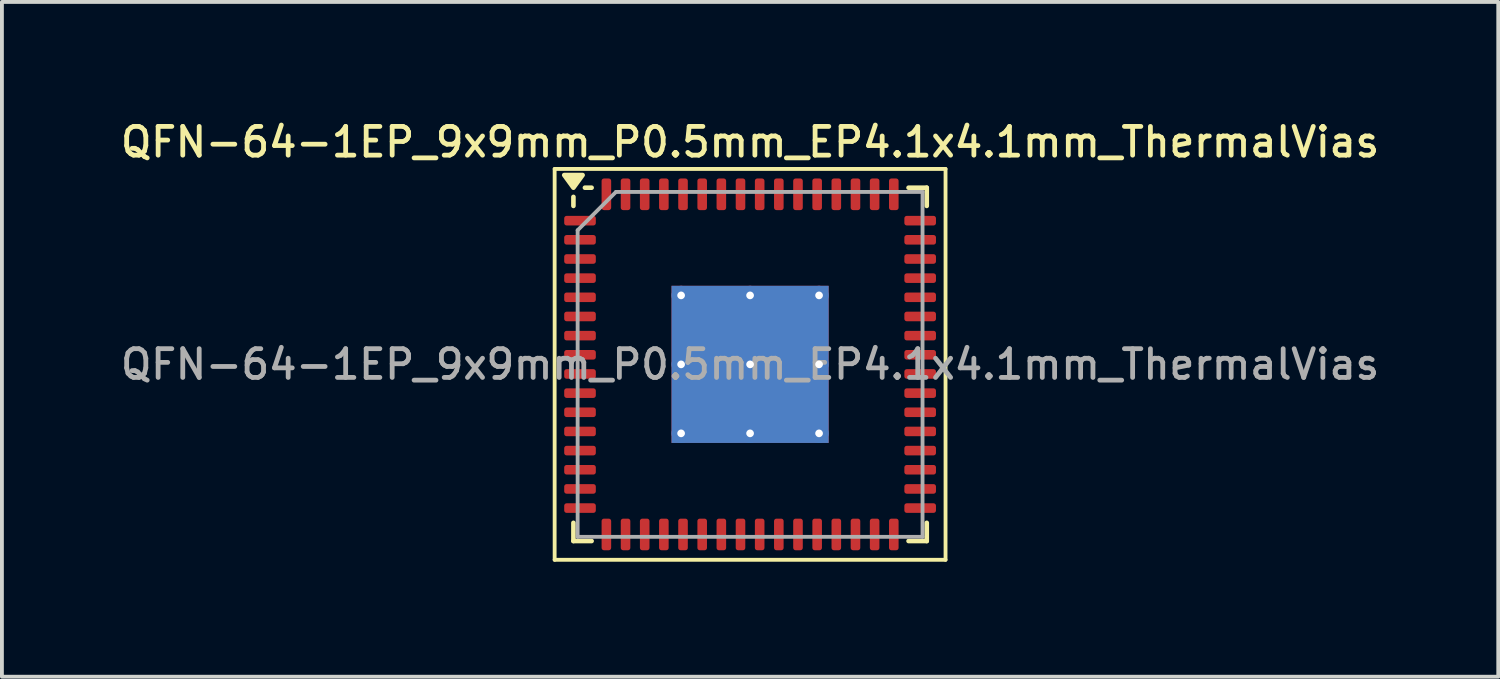
<source format=kicad_pcb>
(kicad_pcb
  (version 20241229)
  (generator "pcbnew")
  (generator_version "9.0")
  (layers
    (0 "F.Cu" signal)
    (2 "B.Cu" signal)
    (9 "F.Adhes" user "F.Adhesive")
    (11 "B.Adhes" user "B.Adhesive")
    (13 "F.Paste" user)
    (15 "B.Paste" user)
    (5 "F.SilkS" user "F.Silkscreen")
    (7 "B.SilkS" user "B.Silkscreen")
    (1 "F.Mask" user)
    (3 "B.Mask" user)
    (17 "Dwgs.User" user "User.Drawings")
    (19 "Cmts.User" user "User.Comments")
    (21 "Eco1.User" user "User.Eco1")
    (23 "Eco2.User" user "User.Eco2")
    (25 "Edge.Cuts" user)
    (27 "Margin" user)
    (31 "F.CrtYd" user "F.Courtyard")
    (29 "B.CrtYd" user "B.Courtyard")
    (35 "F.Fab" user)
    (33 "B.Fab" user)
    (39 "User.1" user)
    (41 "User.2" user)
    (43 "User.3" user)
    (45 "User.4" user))
  (footprint "QFN-64-1EP_9x9mm_P0.5mm_EP4.1x4.1mm_ThermalVias"
    (layer "F.Cu")
    (at 16.523 6.458)
    (property "Reference" "QFN-64-1EP_9x9mm_P0.5mm_EP4.1x4.1mm_ThermalVias" (at 0 -5.8 0) (layer "F.SilkS") (effects (font (size 0.75 0.75) (thickness 0.125))))
    (attr smd)
    (fp_line (start -5.1 -5.1) (end -5.1 5.1) (stroke (width 0.1) (type solid)) (layer "F.SilkS"))
    (fp_line (start -5.1 5.1) (end 5.1 5.1) (stroke (width 0.1) (type solid)) (layer "F.SilkS"))
    (fp_line (start -4.61 -4.135) (end -4.61 -4.37) (stroke (width 0.12) (type solid)) (layer "F.SilkS"))
    (fp_line (start -4.61 4.61) (end -4.61 4.135) (stroke (width 0.12) (type solid)) (layer "F.SilkS"))
    (fp_line (start -4.135 -4.61) (end -4.31 -4.61) (stroke (width 0.12) (type solid)) (layer "F.SilkS"))
    (fp_line (start -4.135 4.61) (end -4.61 4.61) (stroke (width 0.12) (type solid)) (layer "F.SilkS"))
    (fp_line (start 4.135 -4.61) (end 4.61 -4.61) (stroke (width 0.12) (type solid)) (layer "F.SilkS"))
    (fp_line (start 4.135 4.61) (end 4.61 4.61) (stroke (width 0.12) (type solid)) (layer "F.SilkS"))
    (fp_line (start 4.61 -4.61) (end 4.61 -4.135) (stroke (width 0.12) (type solid)) (layer "F.SilkS"))
    (fp_line (start 4.61 4.61) (end 4.61 4.135) (stroke (width 0.12) (type solid)) (layer "F.SilkS"))
    (fp_line (start 5.1 -5.1) (end -5.1 -5.1) (stroke (width 0.1) (type solid)) (layer "F.SilkS"))
    (fp_line (start 5.1 5.1) (end 5.1 -5.1) (stroke (width 0.1) (type solid)) (layer "F.SilkS"))
    (fp_poly (pts (xy -4.61 -4.61) (xy -4.85 -4.94) (xy -4.37 -4.94) (xy -4.61 -4.61)) (stroke (width 0.12) (type solid)) (fill yes) (layer "F.SilkS"))
    (fp_line (start -4.5 -3.5) (end -3.5 -4.5) (stroke (width 0.1) (type solid)) (layer "F.Fab"))
    (fp_line (start -4.5 4.5) (end -4.5 -3.5) (stroke (width 0.1) (type solid)) (layer "F.Fab"))
    (fp_line (start -3.5 -4.5) (end 4.5 -4.5) (stroke (width 0.1) (type solid)) (layer "F.Fab"))
    (fp_line (start 4.5 -4.5) (end 4.5 4.5) (stroke (width 0.1) (type solid)) (layer "F.Fab"))
    (fp_line (start 4.5 4.5) (end -4.5 4.5) (stroke (width 0.1) (type solid)) (layer "F.Fab"))
    (fp_text user "${REFERENCE}" (at 0 0 0) (layer "F.Fab") (effects (font (size 0.75 0.75) (thickness 0.125))))
    (pad "" smd roundrect (at -0.9 -0.9) (size 1.653 1.653) (layers "F.Paste") (roundrect_rratio 0.151))
    (pad "" smd roundrect (at -0.9 0.9) (size 1.653 1.653) (layers "F.Paste") (roundrect_rratio 0.151))
    (pad "" smd roundrect (at 0.9 -0.9) (size 1.653 1.653) (layers "F.Paste") (roundrect_rratio 0.151))
    (pad "" smd roundrect (at 0.9 0.9) (size 1.653 1.653) (layers "F.Paste") (roundrect_rratio 0.151))
    (pad "1" smd roundrect (at -4.438 -3.75) (size 0.825 0.25) (layers "F.Cu" "F.Mask" "F.Paste") (roundrect_rratio 0.25))
    (pad "2" smd roundrect (at -4.438 -3.25) (size 0.825 0.25) (layers "F.Cu" "F.Mask" "F.Paste") (roundrect_rratio 0.25))
    (pad "3" smd roundrect (at -4.438 -2.75) (size 0.825 0.25) (layers "F.Cu" "F.Mask" "F.Paste") (roundrect_rratio 0.25))
    (pad "4" smd roundrect (at -4.438 -2.25) (size 0.825 0.25) (layers "F.Cu" "F.Mask" "F.Paste") (roundrect_rratio 0.25))
    (pad "5" smd roundrect (at -4.438 -1.75) (size 0.825 0.25) (layers "F.Cu" "F.Mask" "F.Paste") (roundrect_rratio 0.25))
    (pad "6" smd roundrect (at -4.438 -1.25) (size 0.825 0.25) (layers "F.Cu" "F.Mask" "F.Paste") (roundrect_rratio 0.25))
    (pad "7" smd roundrect (at -4.438 -0.75) (size 0.825 0.25) (layers "F.Cu" "F.Mask" "F.Paste") (roundrect_rratio 0.25))
    (pad "8" smd roundrect (at -4.438 -0.25) (size 0.825 0.25) (layers "F.Cu" "F.Mask" "F.Paste") (roundrect_rratio 0.25))
    (pad "9" smd roundrect (at -4.438 0.25) (size 0.825 0.25) (layers "F.Cu" "F.Mask" "F.Paste") (roundrect_rratio 0.25))
    (pad "10" smd roundrect (at -4.438 0.75) (size 0.825 0.25) (layers "F.Cu" "F.Mask" "F.Paste") (roundrect_rratio 0.25))
    (pad "11" smd roundrect (at -4.438 1.25) (size 0.825 0.25) (layers "F.Cu" "F.Mask" "F.Paste") (roundrect_rratio 0.25))
    (pad "12" smd roundrect (at -4.438 1.75) (size 0.825 0.25) (layers "F.Cu" "F.Mask" "F.Paste") (roundrect_rratio 0.25))
    (pad "13" smd roundrect (at -4.438 2.25) (size 0.825 0.25) (layers "F.Cu" "F.Mask" "F.Paste") (roundrect_rratio 0.25))
    (pad "14" smd roundrect (at -4.438 2.75) (size 0.825 0.25) (layers "F.Cu" "F.Mask" "F.Paste") (roundrect_rratio 0.25))
    (pad "15" smd roundrect (at -4.438 3.25) (size 0.825 0.25) (layers "F.Cu" "F.Mask" "F.Paste") (roundrect_rratio 0.25))
    (pad "16" smd roundrect (at -4.438 3.75) (size 0.825 0.25) (layers "F.Cu" "F.Mask" "F.Paste") (roundrect_rratio 0.25))
    (pad "17" smd roundrect (at -3.75 4.438) (size 0.25 0.825) (layers "F.Cu" "F.Mask" "F.Paste") (roundrect_rratio 0.25))
    (pad "18" smd roundrect (at -3.25 4.438) (size 0.25 0.825) (layers "F.Cu" "F.Mask" "F.Paste") (roundrect_rratio 0.25))
    (pad "19" smd roundrect (at -2.75 4.438) (size 0.25 0.825) (layers "F.Cu" "F.Mask" "F.Paste") (roundrect_rratio 0.25))
    (pad "20" smd roundrect (at -2.25 4.438) (size 0.25 0.825) (layers "F.Cu" "F.Mask" "F.Paste") (roundrect_rratio 0.25))
    (pad "21" smd roundrect (at -1.75 4.438) (size 0.25 0.825) (layers "F.Cu" "F.Mask" "F.Paste") (roundrect_rratio 0.25))
    (pad "22" smd roundrect (at -1.25 4.438) (size 0.25 0.825) (layers "F.Cu" "F.Mask" "F.Paste") (roundrect_rratio 0.25))
    (pad "23" smd roundrect (at -0.75 4.438) (size 0.25 0.825) (layers "F.Cu" "F.Mask" "F.Paste") (roundrect_rratio 0.25))
    (pad "24" smd roundrect (at -0.25 4.438) (size 0.25 0.825) (layers "F.Cu" "F.Mask" "F.Paste") (roundrect_rratio 0.25))
    (pad "25" smd roundrect (at 0.25 4.438) (size 0.25 0.825) (layers "F.Cu" "F.Mask" "F.Paste") (roundrect_rratio 0.25))
    (pad "26" smd roundrect (at 0.75 4.438) (size 0.25 0.825) (layers "F.Cu" "F.Mask" "F.Paste") (roundrect_rratio 0.25))
    (pad "27" smd roundrect (at 1.25 4.438) (size 0.25 0.825) (layers "F.Cu" "F.Mask" "F.Paste") (roundrect_rratio 0.25))
    (pad "28" smd roundrect (at 1.75 4.438) (size 0.25 0.825) (layers "F.Cu" "F.Mask" "F.Paste") (roundrect_rratio 0.25))
    (pad "29" smd roundrect (at 2.25 4.438) (size 0.25 0.825) (layers "F.Cu" "F.Mask" "F.Paste") (roundrect_rratio 0.25))
    (pad "30" smd roundrect (at 2.75 4.438) (size 0.25 0.825) (layers "F.Cu" "F.Mask" "F.Paste") (roundrect_rratio 0.25))
    (pad "31" smd roundrect (at 3.25 4.438) (size 0.25 0.825) (layers "F.Cu" "F.Mask" "F.Paste") (roundrect_rratio 0.25))
    (pad "32" smd roundrect (at 3.75 4.438) (size 0.25 0.825) (layers "F.Cu" "F.Mask" "F.Paste") (roundrect_rratio 0.25))
    (pad "33" smd roundrect (at 4.438 3.75) (size 0.825 0.25) (layers "F.Cu" "F.Mask" "F.Paste") (roundrect_rratio 0.25))
    (pad "34" smd roundrect (at 4.438 3.25) (size 0.825 0.25) (layers "F.Cu" "F.Mask" "F.Paste") (roundrect_rratio 0.25))
    (pad "35" smd roundrect (at 4.438 2.75) (size 0.825 0.25) (layers "F.Cu" "F.Mask" "F.Paste") (roundrect_rratio 0.25))
    (pad "36" smd roundrect (at 4.438 2.25) (size 0.825 0.25) (layers "F.Cu" "F.Mask" "F.Paste") (roundrect_rratio 0.25))
    (pad "37" smd roundrect (at 4.438 1.75) (size 0.825 0.25) (layers "F.Cu" "F.Mask" "F.Paste") (roundrect_rratio 0.25))
    (pad "38" smd roundrect (at 4.438 1.25) (size 0.825 0.25) (layers "F.Cu" "F.Mask" "F.Paste") (roundrect_rratio 0.25))
    (pad "39" smd roundrect (at 4.438 0.75) (size 0.825 0.25) (layers "F.Cu" "F.Mask" "F.Paste") (roundrect_rratio 0.25))
    (pad "40" smd roundrect (at 4.438 0.25) (size 0.825 0.25) (layers "F.Cu" "F.Mask" "F.Paste") (roundrect_rratio 0.25))
    (pad "41" smd roundrect (at 4.438 -0.25) (size 0.825 0.25) (layers "F.Cu" "F.Mask" "F.Paste") (roundrect_rratio 0.25))
    (pad "42" smd roundrect (at 4.438 -0.75) (size 0.825 0.25) (layers "F.Cu" "F.Mask" "F.Paste") (roundrect_rratio 0.25))
    (pad "43" smd roundrect (at 4.438 -1.25) (size 0.825 0.25) (layers "F.Cu" "F.Mask" "F.Paste") (roundrect_rratio 0.25))
    (pad "44" smd roundrect (at 4.438 -1.75) (size 0.825 0.25) (layers "F.Cu" "F.Mask" "F.Paste") (roundrect_rratio 0.25))
    (pad "45" smd roundrect (at 4.438 -2.25) (size 0.825 0.25) (layers "F.Cu" "F.Mask" "F.Paste") (roundrect_rratio 0.25))
    (pad "46" smd roundrect (at 4.438 -2.75) (size 0.825 0.25) (layers "F.Cu" "F.Mask" "F.Paste") (roundrect_rratio 0.25))
    (pad "47" smd roundrect (at 4.438 -3.25) (size 0.825 0.25) (layers "F.Cu" "F.Mask" "F.Paste") (roundrect_rratio 0.25))
    (pad "48" smd roundrect (at 4.438 -3.75) (size 0.825 0.25) (layers "F.Cu" "F.Mask" "F.Paste") (roundrect_rratio 0.25))
    (pad "49" smd roundrect (at 3.75 -4.438) (size 0.25 0.825) (layers "F.Cu" "F.Mask" "F.Paste") (roundrect_rratio 0.25))
    (pad "50" smd roundrect (at 3.25 -4.438) (size 0.25 0.825) (layers "F.Cu" "F.Mask" "F.Paste") (roundrect_rratio 0.25))
    (pad "51" smd roundrect (at 2.75 -4.438) (size 0.25 0.825) (layers "F.Cu" "F.Mask" "F.Paste") (roundrect_rratio 0.25))
    (pad "52" smd roundrect (at 2.25 -4.438) (size 0.25 0.825) (layers "F.Cu" "F.Mask" "F.Paste") (roundrect_rratio 0.25))
    (pad "53" smd roundrect (at 1.75 -4.438) (size 0.25 0.825) (layers "F.Cu" "F.Mask" "F.Paste") (roundrect_rratio 0.25))
    (pad "54" smd roundrect (at 1.25 -4.438) (size 0.25 0.825) (layers "F.Cu" "F.Mask" "F.Paste") (roundrect_rratio 0.25))
    (pad "55" smd roundrect (at 0.75 -4.438) (size 0.25 0.825) (layers "F.Cu" "F.Mask" "F.Paste") (roundrect_rratio 0.25))
    (pad "56" smd roundrect (at 0.25 -4.438) (size 0.25 0.825) (layers "F.Cu" "F.Mask" "F.Paste") (roundrect_rratio 0.25))
    (pad "57" smd roundrect (at -0.25 -4.438) (size 0.25 0.825) (layers "F.Cu" "F.Mask" "F.Paste") (roundrect_rratio 0.25))
    (pad "58" smd roundrect (at -0.75 -4.438) (size 0.25 0.825) (layers "F.Cu" "F.Mask" "F.Paste") (roundrect_rratio 0.25))
    (pad "59" smd roundrect (at -1.25 -4.438) (size 0.25 0.825) (layers "F.Cu" "F.Mask" "F.Paste") (roundrect_rratio 0.25))
    (pad "60" smd roundrect (at -1.75 -4.438) (size 0.25 0.825) (layers "F.Cu" "F.Mask" "F.Paste") (roundrect_rratio 0.25))
    (pad "61" smd roundrect (at -2.25 -4.438) (size 0.25 0.825) (layers "F.Cu" "F.Mask" "F.Paste") (roundrect_rratio 0.25))
    (pad "62" smd roundrect (at -2.75 -4.438) (size 0.25 0.825) (layers "F.Cu" "F.Mask" "F.Paste") (roundrect_rratio 0.25))
    (pad "63" smd roundrect (at -3.25 -4.438) (size 0.25 0.825) (layers "F.Cu" "F.Mask" "F.Paste") (roundrect_rratio 0.25))
    (pad "64" smd roundrect (at -3.75 -4.438) (size 0.25 0.825) (layers "F.Cu" "F.Mask" "F.Paste") (roundrect_rratio 0.25))
    (pad "65" thru_hole circle (at -1.8 -1.8) (size 0.5 0.5) (drill 0.2) (property pad_prop_heatsink) (layers "*.Cu"))
    (pad "65" thru_hole circle (at -1.8 0) (size 0.5 0.5) (drill 0.2) (property pad_prop_heatsink) (layers "*.Cu"))
    (pad "65" thru_hole circle (at -1.8 1.8) (size 0.5 0.5) (drill 0.2) (property pad_prop_heatsink) (layers "*.Cu"))
    (pad "65" thru_hole circle (at 0 -1.8) (size 0.5 0.5) (drill 0.2) (property pad_prop_heatsink) (layers "*.Cu"))
    (pad "65" thru_hole circle (at 0 0) (size 0.5 0.5) (drill 0.2) (property pad_prop_heatsink) (layers "*.Cu"))
    (pad "65" smd rect (at 0 0) (size 4.1 4.1) (property pad_prop_heatsink) (layers "F.Cu" "F.Mask"))
    (pad "65" smd rect (at 0 0) (size 4.1 4.1) (property pad_prop_heatsink) (layers "B.Cu"))
    (pad "65" thru_hole circle (at 0 1.8) (size 0.5 0.5) (drill 0.2) (property pad_prop_heatsink) (layers "*.Cu"))
    (pad "65" thru_hole circle (at 1.8 -1.8) (size 0.5 0.5) (drill 0.2) (property pad_prop_heatsink) (layers "*.Cu"))
    (pad "65" thru_hole circle (at 1.8 0) (size 0.5 0.5) (drill 0.2) (property pad_prop_heatsink) (layers "*.Cu"))
    (pad "65" thru_hole circle (at 1.8 1.8) (size 0.5 0.5) (drill 0.2) (property pad_prop_heatsink) (layers "*.Cu")))
  (gr_rect
    (start -3 -3)
    (end 36.046 14.608)
    (stroke (width 0.1) (type default))
    (fill no)
    (layer "Edge.Cuts")))
</source>
